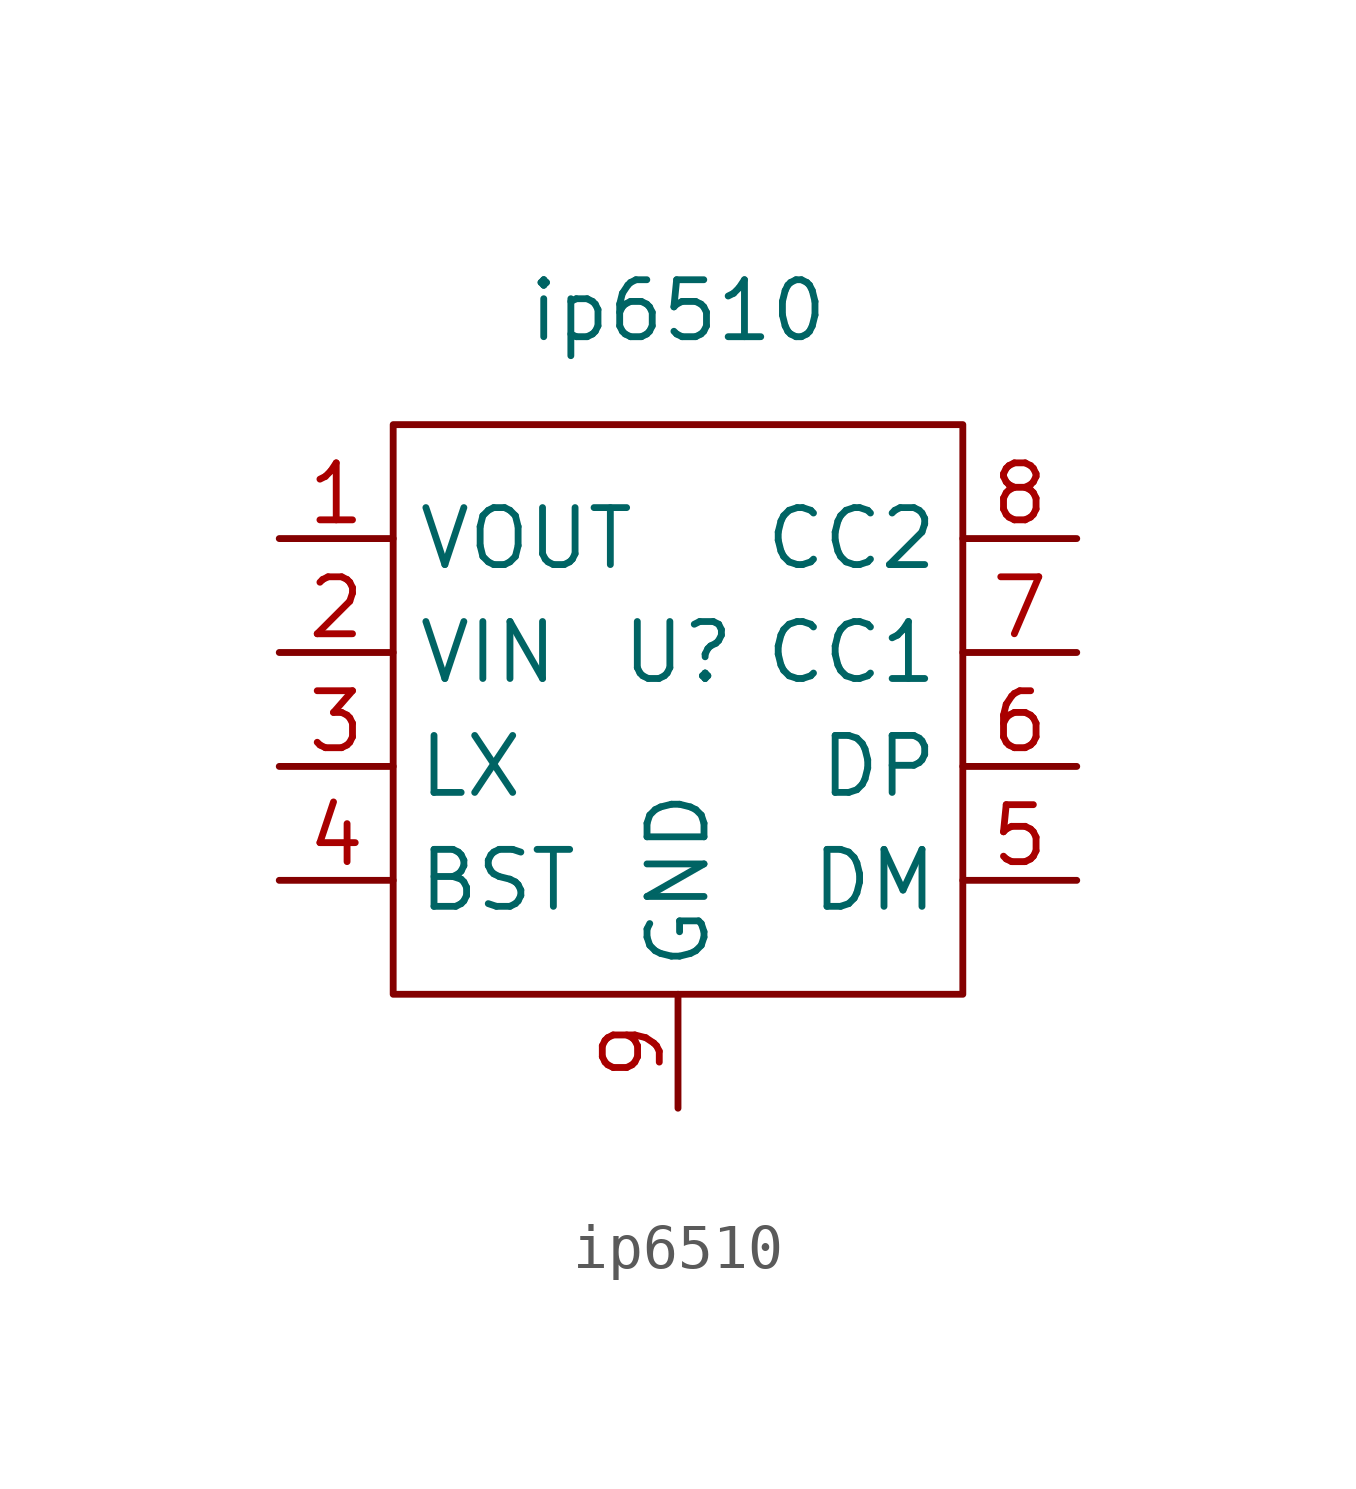
<source format=kicad_sym>
(kicad_symbol_lib
  (version 20211014)
  (generator kicad_symbol_editor)
  (symbol "ip6510"
    (property "Reference" "U"
      (at 0 2.54 0)
      (effects (font (size 1.27 1.27))))
    (property "Value" "ip6510"
      (at 0 10.16 0)
      (effects (font (size 1.27 1.27))))
    (symbol "ip6510_0_1"
      (rectangle (start -6.35 7.62) (end 6.35 -5.08) (stroke (width 0) (type default) (color 0 0 0 0)) (fill (type none))))
    (symbol "ip6510_1_1"
      (pin power_in line (at -8.89 5.08 0) (length 2.54) (name "VOUT" (effects (font (size 1.27 1.27)))) (number "1" (effects (font (size 1.27 1.27)))))
      (pin power_in line (at -8.89 2.54 0) (length 2.54) (name "VIN" (effects (font (size 1.27 1.27)))) (number "2" (effects (font (size 1.27 1.27)))))
      (pin input line (at -8.89 0 0) (length 2.54) (name "LX" (effects (font (size 1.27 1.27)))) (number "3" (effects (font (size 1.27 1.27)))))
      (pin input line (at -8.89 -2.54 0) (length 2.54) (name "BST" (effects (font (size 1.27 1.27)))) (number "4" (effects (font (size 1.27 1.27)))))
      (pin input line (at 8.89 -2.54 180) (length 2.54) (name "DM" (effects (font (size 1.27 1.27)))) (number "5" (effects (font (size 1.27 1.27)))))
      (pin input line (at 8.89 0 180) (length 2.54) (name "DP" (effects (font (size 1.27 1.27)))) (number "6" (effects (font (size 1.27 1.27)))))
      (pin input line (at 8.89 2.54 180) (length 2.54) (name "CC1" (effects (font (size 1.27 1.27)))) (number "7" (effects (font (size 1.27 1.27)))))
      (pin input line (at 8.89 5.08 180) (length 2.54) (name "CC2" (effects (font (size 1.27 1.27)))) (number "8" (effects (font (size 1.27 1.27)))))
      (pin power_in line (at 0 -7.62 90) (length 2.54) (name "GND" (effects (font (size 1.27 1.27)))) (number "9" (effects (font (size 1.27 1.27))))))))
</source>
